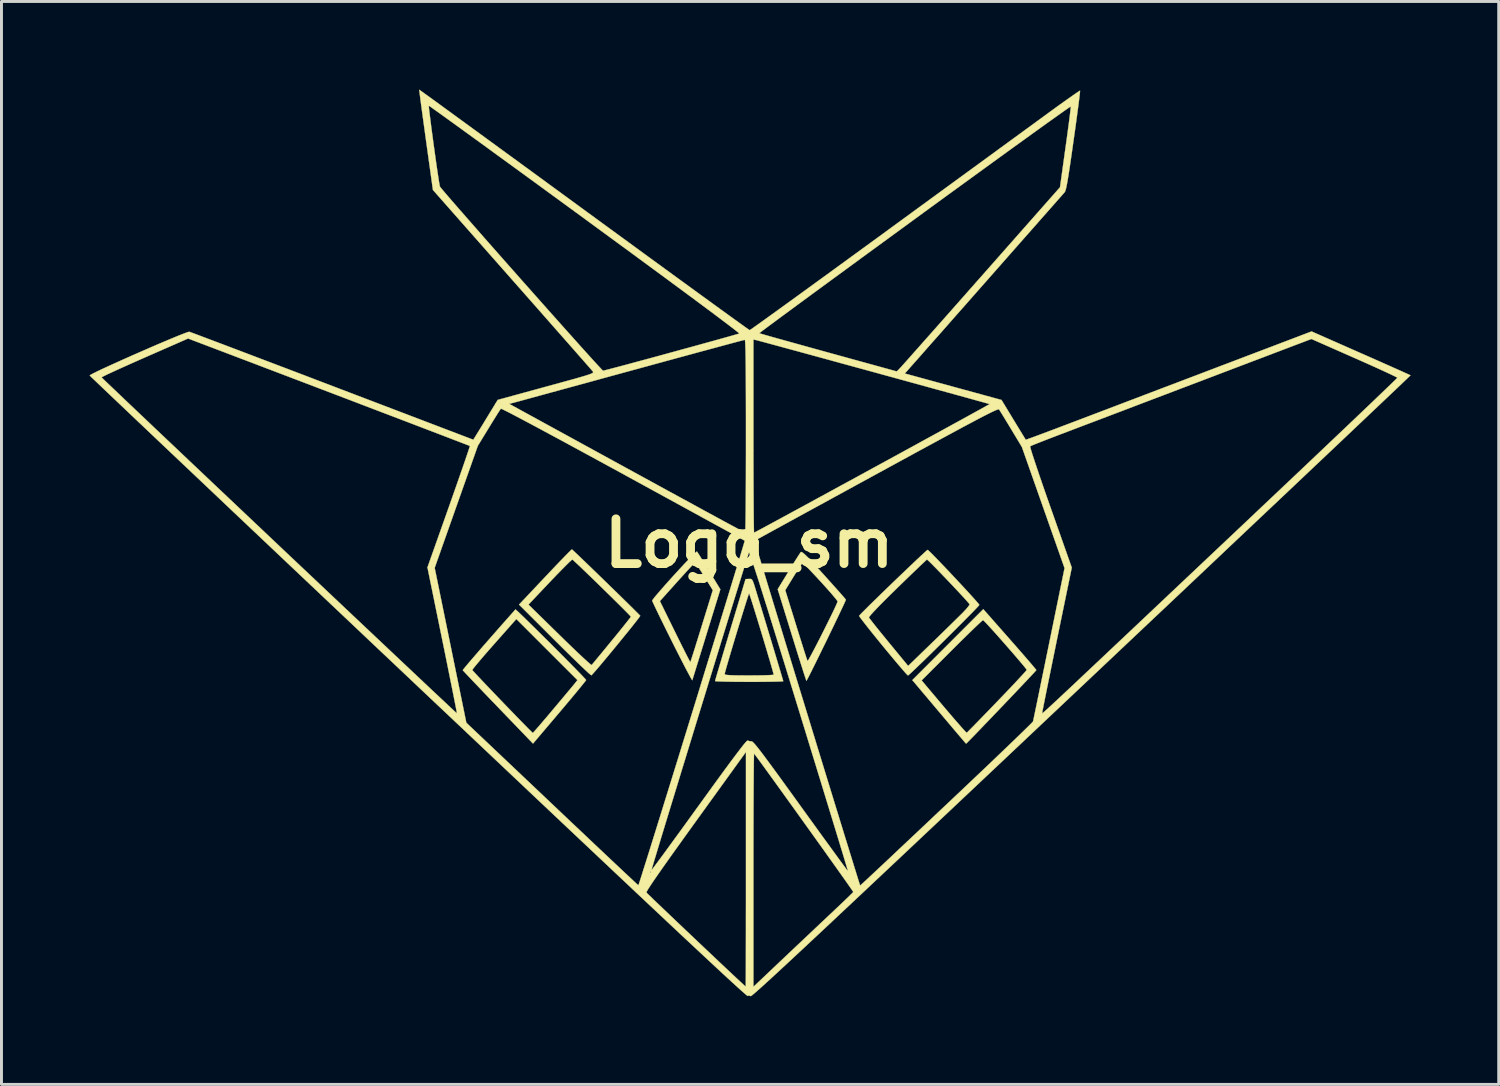
<source format=kicad_pcb>
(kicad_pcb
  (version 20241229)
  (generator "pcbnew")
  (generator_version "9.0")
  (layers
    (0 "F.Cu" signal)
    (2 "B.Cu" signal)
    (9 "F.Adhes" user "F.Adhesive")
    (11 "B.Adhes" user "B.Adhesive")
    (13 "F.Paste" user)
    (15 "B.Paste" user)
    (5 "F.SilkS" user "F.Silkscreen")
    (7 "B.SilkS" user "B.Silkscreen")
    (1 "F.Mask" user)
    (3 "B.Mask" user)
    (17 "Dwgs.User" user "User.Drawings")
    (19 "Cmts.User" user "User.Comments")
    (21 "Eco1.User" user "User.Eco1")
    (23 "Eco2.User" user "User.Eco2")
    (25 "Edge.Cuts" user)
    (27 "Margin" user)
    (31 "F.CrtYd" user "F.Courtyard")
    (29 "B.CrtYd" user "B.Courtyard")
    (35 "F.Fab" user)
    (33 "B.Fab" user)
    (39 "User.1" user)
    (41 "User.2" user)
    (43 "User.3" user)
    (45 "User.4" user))
  (footprint "Logo_sm"
    (layer "F.Cu")
    (at 22.461 15.452)
    (property "Reference" "Logo_sm" (at 0 0 0) (layer "F.SilkS") (effects (font (size 1.524 1.524) (thickness 0.3))))
    (attr through_hole)
    (fp_poly (pts (xy -1.752 0.317) (xy -1.693 0.408) (xy -1.61 0.542) (xy -1.507 0.708) (xy -1.391 0.897) (xy -1.365 0.938) (xy -0.981 1.568) (xy -1.453 3.097) (xy -1.551 3.417) (xy -1.644 3.716) (xy -1.727 3.986) (xy -1.8 4.221) (xy -1.859 4.413) (xy -1.903 4.556) (xy -1.93 4.641) (xy -1.937 4.663) (xy -1.955 4.639) (xy -2.002 4.557) (xy -2.074 4.423) (xy -2.169 4.244) (xy -2.282 4.025) (xy -2.41 3.775) (xy -2.55 3.498) (xy -2.625 3.348) (xy -2.77 3.057) (xy -2.905 2.785) (xy -3.025 2.54) (xy -3.128 2.328) (xy -3.21 2.156) (xy -3.268 2.032) (xy -3.296 1.967) (xy -3.04 1.967) (xy -2.527 3.011) (xy -2.402 3.264) (xy -2.288 3.494) (xy -2.187 3.694) (xy -2.105 3.856) (xy -2.044 3.972) (xy -2.01 4.036) (xy -2.003 4.045) (xy -1.99 4.009) (xy -1.958 3.912) (xy -1.91 3.762) (xy -1.848 3.565) (xy -1.775 3.331) (xy -1.693 3.068) (xy -1.615 2.816) (xy -1.238 1.596) (xy -1.531 1.123) (xy -1.633 0.96) (xy -1.723 0.823) (xy -1.794 0.722) (xy -1.839 0.667) (xy -1.849 0.661) (xy -1.88 0.69) (xy -1.952 0.765) (xy -2.058 0.879) (xy -2.192 1.025) (xy -2.346 1.195) (xy -2.458 1.319) (xy -3.04 1.967) (xy -3.296 1.967) (xy -3.298 1.963) (xy -3.302 1.951) (xy -3.278 1.911) (xy -3.214 1.827) (xy -3.114 1.709) (xy -2.987 1.562) (xy -2.84 1.395) (xy -2.68 1.216) (xy -2.514 1.033) (xy -2.349 0.854) (xy -2.192 0.685) (xy -2.05 0.536) (xy -1.931 0.414) (xy -1.842 0.327) (xy -1.789 0.282) (xy -1.778 0.278) (xy -1.752 0.317)) (stroke (width 0.01) (type solid)) (fill yes) (layer "F.SilkS"))
    (fp_poly (pts (xy -7.931 2.272) (xy -7.858 2.339) (xy -7.747 2.445) (xy -7.603 2.585) (xy -7.433 2.752) (xy -7.242 2.94) (xy -7.037 3.143) (xy -6.824 3.354) (xy -6.61 3.569) (xy -6.399 3.781) (xy -6.198 3.983) (xy -6.014 4.169) (xy -5.853 4.334) (xy -5.72 4.471) (xy -5.622 4.574) (xy -5.564 4.638) (xy -5.552 4.655) (xy -5.574 4.688) (xy -5.639 4.77) (xy -5.741 4.896) (xy -5.874 5.058) (xy -6.034 5.25) (xy -6.216 5.467) (xy -6.414 5.702) (xy -6.456 5.752) (xy -7.361 6.819) (xy -8.552 5.582) (xy -8.792 5.333) (xy -9.016 5.099) (xy -9.219 4.886) (xy -9.397 4.7) (xy -9.544 4.545) (xy -9.656 4.426) (xy -9.727 4.35) (xy -9.752 4.321) (xy -9.748 4.314) (xy -9.428 4.314) (xy -9.4 4.347) (xy -9.329 4.425) (xy -9.221 4.541) (xy -9.082 4.688) (xy -8.919 4.859) (xy -8.738 5.049) (xy -8.546 5.25) (xy -8.349 5.455) (xy -8.153 5.658) (xy -7.966 5.851) (xy -7.793 6.03) (xy -7.641 6.185) (xy -7.516 6.312) (xy -7.425 6.402) (xy -7.375 6.451) (xy -7.367 6.456) (xy -7.339 6.429) (xy -7.272 6.353) (xy -7.169 6.236) (xy -7.039 6.083) (xy -6.885 5.903) (xy -6.716 5.702) (xy -6.677 5.656) (xy -6.5 5.445) (xy -6.335 5.249) (xy -6.189 5.074) (xy -6.068 4.929) (xy -5.979 4.822) (xy -5.93 4.762) (xy -5.926 4.757) (xy -5.847 4.657) (xy -6.888 3.617) (xy -7.928 2.577) (xy -8.684 3.431) (xy -8.869 3.641) (xy -9.037 3.834) (xy -9.182 4.004) (xy -9.298 4.143) (xy -9.381 4.245) (xy -9.423 4.303) (xy -9.428 4.314) (xy -9.748 4.314) (xy -9.731 4.289) (xy -9.666 4.209) (xy -9.562 4.084) (xy -9.422 3.921) (xy -9.252 3.724) (xy -9.057 3.498) (xy -8.839 3.249) (xy -8.605 2.982) (xy -8.358 2.702) (xy -8.102 2.413) (xy -7.958 2.251) (xy -7.931 2.272)) (stroke (width 0.01) (type solid)) (fill yes) (layer "F.SilkS"))
    (fp_poly (pts (xy 1.819 0.313) (xy 1.88 0.364) (xy 1.968 0.448) (xy 2.086 0.571) (xy 2.242 0.738) (xy 2.437 0.953) (xy 2.543 1.07) (xy 2.728 1.276) (xy 2.897 1.464) (xy 3.044 1.629) (xy 3.162 1.763) (xy 3.245 1.859) (xy 3.289 1.912) (xy 3.294 1.918) (xy 3.28 1.955) (xy 3.239 2.048) (xy 3.173 2.189) (xy 3.087 2.371) (xy 2.985 2.584) (xy 2.872 2.821) (xy 2.75 3.073) (xy 2.624 3.333) (xy 2.497 3.591) (xy 2.375 3.84) (xy 2.261 4.072) (xy 2.159 4.278) (xy 2.073 4.45) (xy 2.006 4.58) (xy 1.964 4.659) (xy 1.95 4.681) (xy 1.937 4.647) (xy 1.905 4.551) (xy 1.855 4.4) (xy 1.792 4.2) (xy 1.715 3.958) (xy 1.628 3.682) (xy 1.534 3.377) (xy 1.454 3.122) (xy 0.982 1.595) (xy 1.229 1.595) (xy 1.598 2.784) (xy 1.685 3.065) (xy 1.767 3.325) (xy 1.839 3.554) (xy 1.9 3.746) (xy 1.947 3.891) (xy 1.978 3.981) (xy 1.988 4.008) (xy 2.008 3.984) (xy 2.054 3.905) (xy 2.123 3.779) (xy 2.21 3.615) (xy 2.309 3.424) (xy 2.417 3.214) (xy 2.528 2.994) (xy 2.638 2.774) (xy 2.742 2.564) (xy 2.836 2.372) (xy 2.914 2.208) (xy 2.972 2.081) (xy 3.005 2.001) (xy 3.012 1.979) (xy 2.988 1.939) (xy 2.924 1.858) (xy 2.827 1.743) (xy 2.705 1.603) (xy 2.566 1.448) (xy 2.419 1.286) (xy 2.272 1.127) (xy 2.132 0.978) (xy 2.009 0.849) (xy 1.909 0.749) (xy 1.842 0.687) (xy 1.815 0.671) (xy 1.786 0.707) (xy 1.727 0.794) (xy 1.646 0.92) (xy 1.55 1.073) (xy 1.507 1.142) (xy 1.229 1.595) (xy 0.982 1.595) (xy 0.972 1.563) (xy 1.344 0.954) (xy 1.461 0.763) (xy 1.567 0.592) (xy 1.657 0.451) (xy 1.722 0.35) (xy 1.757 0.299) (xy 1.759 0.297) (xy 1.78 0.293) (xy 1.819 0.313)) (stroke (width 0.01) (type solid)) (fill yes) (layer "F.SilkS"))
    (fp_poly (pts (xy 0.084 1.224) (xy 0.115 1.263) (xy 0.147 1.341) (xy 0.189 1.469) (xy 0.215 1.555) (xy 0.308 1.86) (xy 0.406 2.181) (xy 0.506 2.511) (xy 0.606 2.842) (xy 0.705 3.169) (xy 0.8 3.482) (xy 0.888 3.775) (xy 0.967 4.04) (xy 1.036 4.27) (xy 1.092 4.458) (xy 1.133 4.596) (xy 1.156 4.677) (xy 1.161 4.696) (xy 1.126 4.701) (xy 1.027 4.706) (xy 0.873 4.71) (xy 0.672 4.713) (xy 0.433 4.716) (xy 0.164 4.717) (xy 0 4.717) (xy -0.282 4.716) (xy -0.539 4.714) (xy -0.763 4.71) (xy -0.945 4.706) (xy -1.077 4.7) (xy -1.149 4.694) (xy -1.161 4.69) (xy -1.151 4.651) (xy -1.122 4.549) (xy -1.094 4.454) (xy -0.835 4.454) (xy -0.818 4.469) (xy -0.764 4.481) (xy -0.666 4.489) (xy -0.516 4.495) (xy -0.308 4.498) (xy -0.035 4.499) (xy 0 4.499) (xy 0.237 4.498) (xy 0.449 4.495) (xy 0.624 4.49) (xy 0.752 4.484) (xy 0.824 4.477) (xy 0.836 4.472) (xy 0.826 4.429) (xy 0.798 4.327) (xy 0.755 4.174) (xy 0.698 3.98) (xy 0.631 3.754) (xy 0.557 3.505) (xy 0.478 3.242) (xy 0.397 2.973) (xy 0.316 2.709) (xy 0.239 2.457) (xy 0.168 2.228) (xy 0.106 2.029) (xy 0.055 1.87) (xy 0.019 1.761) (xy 0.000082 1.709) (xy -0.002 1.706) (xy -0.016 1.739) (xy -0.048 1.833) (xy -0.095 1.978) (xy -0.154 2.166) (xy -0.223 2.387) (xy -0.299 2.633) (xy -0.379 2.894) (xy -0.46 3.161) (xy -0.54 3.426) (xy -0.615 3.679) (xy -0.684 3.911) (xy -0.743 4.113) (xy -0.79 4.276) (xy -0.821 4.392) (xy -0.835 4.45) (xy -0.835 4.454) (xy -1.094 4.454) (xy -1.075 4.391) (xy -1.014 4.184) (xy -0.94 3.935) (xy -0.855 3.649) (xy -0.761 3.335) (xy -0.66 2.998) (xy -0.642 2.94) (xy -0.123 1.218) (xy -0.007 1.212) (xy 0.046 1.211) (xy 0.084 1.224)) (stroke (width 0.01) (type solid)) (fill yes) (layer "F.SilkS"))
    (fp_poly (pts (xy 8.876 3.267) (xy 9.079 3.498) (xy 9.266 3.712) (xy 9.432 3.903) (xy 9.572 4.066) (xy 9.679 4.192) (xy 9.75 4.278) (xy 9.779 4.316) (xy 9.779 4.317) (xy 9.755 4.346) (xy 9.686 4.421) (xy 9.579 4.535) (xy 9.44 4.684) (xy 9.274 4.859) (xy 9.088 5.055) (xy 8.887 5.267) (xy 8.677 5.487) (xy 8.465 5.709) (xy 8.256 5.927) (xy 8.056 6.135) (xy 7.872 6.327) (xy 7.709 6.496) (xy 7.573 6.636) (xy 7.47 6.741) (xy 7.406 6.805) (xy 7.387 6.822) (xy 7.363 6.795) (xy 7.297 6.719) (xy 7.196 6.6) (xy 7.063 6.444) (xy 6.905 6.257) (xy 6.727 6.046) (xy 6.548 5.834) (xy 6.351 5.601) (xy 6.167 5.382) (xy 6.001 5.185) (xy 5.858 5.016) (xy 5.746 4.882) (xy 5.669 4.791) (xy 5.636 4.752) (xy 5.565 4.668) (xy 5.873 4.668) (xy 6.628 5.564) (xy 6.812 5.78) (xy 6.981 5.977) (xy 7.13 6.148) (xy 7.252 6.287) (xy 7.343 6.387) (xy 7.397 6.442) (xy 7.409 6.45) (xy 7.439 6.423) (xy 7.513 6.348) (xy 7.627 6.233) (xy 7.775 6.082) (xy 7.95 5.901) (xy 8.149 5.696) (xy 8.365 5.472) (xy 8.443 5.391) (xy 8.663 5.162) (xy 8.867 4.948) (xy 9.049 4.756) (xy 9.203 4.59) (xy 9.325 4.458) (xy 9.409 4.365) (xy 9.449 4.316) (xy 9.452 4.31) (xy 9.429 4.274) (xy 9.365 4.193) (xy 9.266 4.074) (xy 9.14 3.926) (xy 8.995 3.756) (xy 8.836 3.574) (xy 8.672 3.387) (xy 8.51 3.203) (xy 8.356 3.03) (xy 8.218 2.878) (xy 8.103 2.753) (xy 8.018 2.664) (xy 7.971 2.619) (xy 7.964 2.615) (xy 7.932 2.64) (xy 7.853 2.71) (xy 7.735 2.821) (xy 7.583 2.967) (xy 7.403 3.143) (xy 7.199 3.343) (xy 6.978 3.563) (xy 6.901 3.64) (xy 5.873 4.668) (xy 5.565 4.668) (xy 5.556 4.658) (xy 6.765 3.45) (xy 7.973 2.242) (xy 8.876 3.267)) (stroke (width 0.01) (type solid)) (fill yes) (layer "F.SilkS"))
    (fp_poly (pts (xy -6.007 0.23) (xy -5.932 0.301) (xy -5.817 0.409) (xy -5.671 0.55) (xy -5.498 0.716) (xy -5.306 0.902) (xy -5.1 1.101) (xy -4.887 1.308) (xy -4.674 1.515) (xy -4.467 1.717) (xy -4.273 1.907) (xy -4.097 2.08) (xy -3.946 2.228) (xy -3.828 2.346) (xy -3.747 2.427) (xy -3.711 2.465) (xy -3.709 2.467) (xy -3.729 2.5) (xy -3.789 2.581) (xy -3.883 2.701) (xy -4.005 2.855) (xy -4.148 3.033) (xy -4.307 3.228) (xy -4.474 3.433) (xy -4.644 3.639) (xy -4.81 3.84) (xy -4.966 4.027) (xy -5.105 4.193) (xy -5.222 4.329) (xy -5.31 4.429) (xy -5.362 4.485) (xy -5.373 4.494) (xy -5.405 4.472) (xy -5.484 4.403) (xy -5.603 4.293) (xy -5.758 4.146) (xy -5.943 3.967) (xy -6.154 3.761) (xy -6.384 3.534) (xy -6.623 3.297) (xy -7.836 2.086) (xy -7.515 2.086) (xy -6.452 3.128) (xy -6.223 3.352) (xy -6.009 3.558) (xy -5.817 3.742) (xy -5.651 3.897) (xy -5.518 4.019) (xy -5.423 4.102) (xy -5.372 4.142) (xy -5.365 4.144) (xy -5.336 4.111) (xy -5.267 4.028) (xy -5.165 3.904) (xy -5.034 3.746) (xy -4.882 3.561) (xy -4.715 3.357) (xy -4.684 3.32) (xy -4.515 3.114) (xy -4.363 2.926) (xy -4.232 2.763) (xy -4.129 2.633) (xy -4.059 2.543) (xy -4.029 2.5) (xy -4.028 2.498) (xy -4.053 2.468) (xy -4.123 2.395) (xy -4.232 2.284) (xy -4.372 2.144) (xy -4.537 1.981) (xy -4.72 1.801) (xy -4.914 1.611) (xy -5.111 1.418) (xy -5.305 1.229) (xy -5.49 1.051) (xy -5.658 0.889) (xy -5.801 0.752) (xy -5.915 0.646) (xy -5.99 0.576) (xy -6.021 0.552) (xy -6.053 0.574) (xy -6.128 0.643) (xy -6.239 0.753) (xy -6.381 0.896) (xy -6.547 1.066) (xy -6.73 1.257) (xy -6.784 1.314) (xy -7.515 2.086) (xy -7.836 2.086) (xy -6.946 1.143) (xy -6.741 0.926) (xy -6.551 0.726) (xy -6.382 0.551) (xy -6.241 0.405) (xy -6.132 0.295) (xy -6.062 0.226) (xy -6.036 0.205) (xy -6.007 0.23)) (stroke (width 0.01) (type solid)) (fill yes) (layer "F.SilkS"))
    (fp_poly (pts (xy 6.111 0.248) (xy 6.186 0.32) (xy 6.296 0.431) (xy 6.435 0.574) (xy 6.594 0.74) (xy 6.768 0.923) (xy 6.949 1.115) (xy 7.13 1.309) (xy 7.305 1.497) (xy 7.466 1.671) (xy 7.606 1.826) (xy 7.72 1.952) (xy 7.798 2.043) (xy 7.836 2.091) (xy 7.838 2.096) (xy 7.813 2.129) (xy 7.742 2.206) (xy 7.631 2.321) (xy 7.487 2.468) (xy 7.316 2.641) (xy 7.124 2.833) (xy 6.918 3.039) (xy 6.702 3.253) (xy 6.485 3.468) (xy 6.271 3.678) (xy 6.068 3.877) (xy 5.881 4.059) (xy 5.716 4.218) (xy 5.581 4.346) (xy 5.48 4.44) (xy 5.421 4.491) (xy 5.408 4.499) (xy 5.378 4.472) (xy 5.307 4.395) (xy 5.202 4.274) (xy 5.067 4.116) (xy 4.908 3.927) (xy 4.73 3.713) (xy 4.553 3.499) (xy 4.364 3.267) (xy 4.191 3.053) (xy 4.039 2.862) (xy 3.914 2.702) (xy 3.819 2.579) (xy 3.78 2.525) (xy 4.078 2.525) (xy 4.105 2.564) (xy 4.173 2.652) (xy 4.274 2.781) (xy 4.404 2.943) (xy 4.556 3.13) (xy 4.724 3.336) (xy 4.755 3.374) (xy 5.414 4.175) (xy 6.236 3.378) (xy 6.451 3.17) (xy 6.66 2.966) (xy 6.855 2.775) (xy 7.027 2.606) (xy 7.168 2.468) (xy 7.267 2.369) (xy 7.289 2.347) (xy 7.389 2.24) (xy 7.464 2.15) (xy 7.504 2.091) (xy 7.506 2.077) (xy 7.477 2.037) (xy 7.406 1.956) (xy 7.301 1.839) (xy 7.169 1.697) (xy 7.018 1.536) (xy 6.857 1.365) (xy 6.691 1.191) (xy 6.53 1.023) (xy 6.381 0.869) (xy 6.251 0.737) (xy 6.148 0.635) (xy 6.08 0.571) (xy 6.055 0.552) (xy 6.023 0.579) (xy 5.945 0.651) (xy 5.828 0.762) (xy 5.676 0.908) (xy 5.495 1.081) (xy 5.292 1.278) (xy 5.072 1.491) (xy 5.043 1.52) (xy 4.796 1.762) (xy 4.579 1.978) (xy 4.396 2.164) (xy 4.251 2.316) (xy 4.147 2.43) (xy 4.089 2.502) (xy 4.078 2.525) (xy 3.78 2.525) (xy 3.761 2.499) (xy 3.744 2.469) (xy 3.774 2.435) (xy 3.848 2.357) (xy 3.963 2.243) (xy 4.109 2.097) (xy 4.283 1.927) (xy 4.476 1.739) (xy 4.682 1.539) (xy 4.895 1.333) (xy 5.109 1.128) (xy 5.317 0.929) (xy 5.512 0.743) (xy 5.689 0.575) (xy 5.84 0.434) (xy 5.959 0.323) (xy 6.04 0.251) (xy 6.077 0.222) (xy 6.078 0.222) (xy 6.111 0.248)) (stroke (width 0.01) (type solid)) (fill yes) (layer "F.SilkS"))
    (fp_poly (pts (xy -11.205 -15.427) (xy -11.12 -15.366) (xy -10.982 -15.266) (xy -10.793 -15.13) (xy -10.558 -14.959) (xy -10.278 -14.755) (xy -9.957 -14.521) (xy -9.597 -14.259) (xy -9.201 -13.97) (xy -8.772 -13.657) (xy -8.313 -13.322) (xy -7.826 -12.967) (xy -7.315 -12.594) (xy -6.783 -12.205) (xy -6.231 -11.802) (xy -5.664 -11.387) (xy -5.623 -11.357) (xy -5.054 -10.941) (xy -4.5 -10.537) (xy -3.965 -10.147) (xy -3.452 -9.772) (xy -2.962 -9.415) (xy -2.499 -9.078) (xy -2.066 -8.763) (xy -1.666 -8.472) (xy -1.301 -8.207) (xy -0.975 -7.97) (xy -0.69 -7.764) (xy -0.449 -7.59) (xy -0.254 -7.45) (xy -0.11 -7.347) (xy -0.018 -7.283) (xy 0.018 -7.259) (xy 0.018 -7.259) (xy 0.051 -7.28) (xy 0.139 -7.341) (xy 0.28 -7.441) (xy 0.47 -7.577) (xy 0.705 -7.746) (xy 0.984 -7.947) (xy 1.302 -8.177) (xy 1.657 -8.434) (xy 2.045 -8.716) (xy 2.463 -9.019) (xy 2.908 -9.343) (xy 3.377 -9.685) (xy 3.867 -10.041) (xy 4.375 -10.411) (xy 4.681 -10.635) (xy 5.215 -11.025) (xy 5.745 -11.412) (xy 6.266 -11.792) (xy 6.774 -12.163) (xy 7.265 -12.521) (xy 7.735 -12.864) (xy 8.18 -13.188) (xy 8.595 -13.492) (xy 8.978 -13.771) (xy 9.323 -14.023) (xy 9.627 -14.244) (xy 9.885 -14.433) (xy 10.094 -14.585) (xy 10.249 -14.699) (xy 10.28 -14.721) (xy 10.512 -14.89) (xy 10.726 -15.043) (xy 10.914 -15.176) (xy 11.069 -15.285) (xy 11.184 -15.363) (xy 11.252 -15.407) (xy 11.268 -15.414) (xy 11.266 -15.376) (xy 11.255 -15.273) (xy 11.236 -15.113) (xy 11.209 -14.902) (xy 11.175 -14.648) (xy 11.136 -14.357) (xy 11.092 -14.038) (xy 11.046 -13.714) (xy 10.988 -13.303) (xy 10.938 -12.959) (xy 10.895 -12.675) (xy 10.859 -12.448) (xy 10.829 -12.271) (xy 10.803 -12.138) (xy 10.781 -12.045) (xy 10.761 -11.986) (xy 10.744 -11.956) (xy 10.712 -11.92) (xy 10.635 -11.832) (xy 10.516 -11.698) (xy 10.359 -11.519) (xy 10.167 -11.301) (xy 9.942 -11.047) (xy 9.689 -10.759) (xy 9.41 -10.443) (xy 9.109 -10.101) (xy 8.788 -9.737) (xy 8.451 -9.354) (xy 8.101 -8.957) (xy 8.074 -8.926) (xy 7.722 -8.528) (xy 7.384 -8.143) (xy 7.06 -7.777) (xy 6.756 -7.431) (xy 6.474 -7.111) (xy 6.216 -6.82) (xy 5.988 -6.561) (xy 5.791 -6.337) (xy 5.628 -6.154) (xy 5.504 -6.013) (xy 5.422 -5.92) (xy 5.384 -5.877) (xy 5.383 -5.876) (xy 5.298 -5.784) (xy 6.946 -5.333) (xy 8.594 -4.882) (xy 9.002 -4.21) (xy 9.122 -4.012) (xy 9.229 -3.837) (xy 9.317 -3.693) (xy 9.381 -3.588) (xy 9.414 -3.533) (xy 9.418 -3.527) (xy 9.452 -3.538) (xy 9.548 -3.572) (xy 9.7 -3.627) (xy 9.901 -3.702) (xy 10.145 -3.793) (xy 10.427 -3.899) (xy 10.74 -4.018) (xy 11.079 -4.146) (xy 11.326 -4.24) (xy 11.749 -4.401) (xy 12.208 -4.575) (xy 12.688 -4.758) (xy 13.175 -4.943) (xy 13.652 -5.125) (xy 14.104 -5.297) (xy 14.517 -5.453) (xy 14.823 -5.57) (xy 15.214 -5.718) (xy 15.641 -5.881) (xy 16.087 -6.051) (xy 16.537 -6.221) (xy 16.971 -6.387) (xy 17.375 -6.54) (xy 17.73 -6.675) (xy 17.786 -6.696) (xy 19.152 -7.216) (xy 20.83 -6.475) (xy 21.158 -6.331) (xy 21.464 -6.195) (xy 21.744 -6.071) (xy 21.99 -5.961) (xy 22.197 -5.869) (xy 22.358 -5.796) (xy 22.467 -5.747) (xy 22.518 -5.723) (xy 22.52 -5.722) (xy 22.495 -5.696) (xy 22.419 -5.623) (xy 22.293 -5.503) (xy 22.12 -5.337) (xy 21.9 -5.129) (xy 21.637 -4.879) (xy 21.331 -4.589) (xy 20.984 -4.26) (xy 20.598 -3.894) (xy 20.175 -3.493) (xy 19.716 -3.059) (xy 19.223 -2.593) (xy 18.698 -2.096) (xy 18.142 -1.57) (xy 17.557 -1.018) (xy 16.945 -0.44) (xy 16.308 0.162) (xy 15.648 0.787) (xy 14.965 1.432) (xy 14.262 2.096) (xy 13.54 2.777) (xy 12.802 3.474) (xy 12.048 4.186) (xy 11.317 4.876) (xy 10.375 5.765) (xy 9.485 6.605) (xy 8.645 7.398) (xy 7.853 8.144) (xy 7.109 8.846) (xy 6.411 9.504) (xy 5.757 10.12) (xy 5.148 10.694) (xy 4.58 11.228) (xy 4.053 11.724) (xy 3.566 12.182) (xy 3.117 12.603) (xy 2.705 12.99) (xy 2.328 13.343) (xy 1.986 13.663) (xy 1.676 13.952) (xy 1.399 14.21) (xy 1.151 14.44) (xy 0.933 14.642) (xy 0.742 14.818) (xy 0.577 14.968) (xy 0.438 15.095) (xy 0.322 15.198) (xy 0.229 15.281) (xy 0.157 15.342) (xy 0.104 15.385) (xy 0.07 15.411) (xy 0.053 15.419) (xy 0.051 15.419) (xy -0.012 15.396) (xy -0.046 15.414) (xy -0.063 15.406) (xy -0.105 15.372) (xy -0.175 15.312) (xy -0.273 15.226) (xy -0.4 15.111) (xy -0.557 14.968) (xy -0.746 14.794) (xy -0.968 14.589) (xy -1.222 14.353) (xy -1.512 14.083) (xy -1.837 13.779) (xy -2.2 13.44) (xy -2.6 13.065) (xy -3.039 12.652) (xy -3.518 12.202) (xy -3.849 11.891) (xy -3.498 11.891) (xy -3.497 11.892) (xy -3.467 11.923) (xy -3.39 11.998) (xy -3.272 12.113) (xy -3.117 12.261) (xy -2.932 12.438) (xy -2.721 12.639) (xy -2.49 12.859) (xy -2.245 13.092) (xy -1.99 13.334) (xy -1.732 13.579) (xy -1.475 13.822) (xy -1.225 14.058) (xy -0.988 14.283) (xy -0.768 14.49) (xy -0.571 14.675) (xy -0.403 14.832) (xy -0.269 14.957) (xy -0.174 15.045) (xy -0.124 15.09) (xy -0.118 15.095) (xy -0.117 15.059) (xy -0.116 14.956) (xy -0.114 14.789) (xy -0.113 14.564) (xy -0.112 14.284) (xy -0.112 13.955) (xy -0.111 13.582) (xy -0.11 13.168) (xy -0.11 12.718) (xy -0.109 12.238) (xy -0.109 11.731) (xy -0.109 11.203) (xy -0.109 11.118) (xy 0.145 11.118) (xy 0.145 15.101) (xy 1.061 14.233) (xy 1.324 13.984) (xy 1.613 13.711) (xy 1.912 13.429) (xy 2.206 13.151) (xy 2.481 12.891) (xy 2.721 12.665) (xy 2.758 12.631) (xy 2.955 12.444) (xy 3.135 12.274) (xy 3.29 12.125) (xy 3.415 12.005) (xy 3.501 11.92) (xy 3.543 11.876) (xy 3.546 11.872) (xy 3.526 11.841) (xy 3.468 11.756) (xy 3.375 11.623) (xy 3.252 11.448) (xy 3.101 11.235) (xy 2.927 10.99) (xy 2.734 10.719) (xy 2.526 10.427) (xy 2.306 10.12) (xy 2.078 9.802) (xy 1.847 9.479) (xy 1.616 9.157) (xy 1.389 8.841) (xy 1.17 8.537) (xy 0.963 8.249) (xy 0.771 7.983) (xy 0.599 7.745) (xy 0.45 7.54) (xy 0.329 7.374) (xy 0.238 7.251) (xy 0.183 7.178) (xy 0.168 7.159) (xy 0.165 7.191) (xy 0.162 7.292) (xy 0.159 7.456) (xy 0.157 7.678) (xy 0.154 7.955) (xy 0.152 8.281) (xy 0.15 8.652) (xy 0.148 9.064) (xy 0.147 9.511) (xy 0.146 9.99) (xy 0.145 10.495) (xy 0.145 11.022) (xy 0.145 11.118) (xy -0.109 11.118) (xy -0.109 11.1) (xy -0.109 7.104) (xy -1.819 9.473) (xy -2.159 9.945) (xy -2.457 10.361) (xy -2.715 10.722) (xy -2.933 11.031) (xy -3.114 11.289) (xy -3.258 11.498) (xy -3.367 11.661) (xy -3.443 11.78) (xy -3.486 11.855) (xy -3.498 11.891) (xy -3.849 11.891) (xy -4.038 11.712) (xy -4.601 11.182) (xy -5.207 10.61) (xy -5.858 9.997) (xy -6.554 9.34) (xy -7.297 8.639) (xy -8.087 7.892) (xy -8.926 7.099) (xy -9.815 6.259) (xy -10.756 5.37) (xy -11.267 4.887) (xy -12.032 4.163) (xy -12.784 3.453) (xy -13.52 2.756) (xy -14.24 2.075) (xy -14.941 1.412) (xy -15.622 0.768) (xy -16.281 0.144) (xy -16.916 -0.457) (xy -17.526 -1.034) (xy -18.108 -1.586) (xy -18.662 -2.111) (xy -19.186 -2.607) (xy -19.677 -3.072) (xy -20.134 -3.505) (xy -20.555 -3.905) (xy -20.939 -4.269) (xy -21.283 -4.596) (xy -21.587 -4.885) (xy -21.849 -5.133) (xy -22.066 -5.34) (xy -22.236 -5.503) (xy -22.36 -5.621) (xy -22.392 -5.652) (xy -22.052 -5.652) (xy -22.025 -5.625) (xy -21.948 -5.55) (xy -21.825 -5.432) (xy -21.657 -5.272) (xy -21.448 -5.073) (xy -21.201 -4.837) (xy -20.917 -4.568) (xy -20.601 -4.268) (xy -20.256 -3.94) (xy -19.883 -3.586) (xy -19.485 -3.21) (xy -19.067 -2.813) (xy -18.629 -2.399) (xy -18.176 -1.97) (xy -17.71 -1.529) (xy -17.234 -1.079) (xy -16.751 -0.622) (xy -16.264 -0.161) (xy -15.775 0.302) (xy -15.287 0.763) (xy -14.803 1.22) (xy -14.327 1.67) (xy -13.86 2.111) (xy -13.406 2.54) (xy -12.967 2.954) (xy -12.547 3.35) (xy -12.148 3.727) (xy -11.773 4.08) (xy -11.425 4.408) (xy -11.107 4.708) (xy -10.822 4.977) (xy -10.571 5.212) (xy -10.359 5.411) (xy -10.189 5.571) (xy -10.062 5.689) (xy -9.982 5.763) (xy -9.951 5.79) (xy -9.951 5.79) (xy -9.956 5.754) (xy -9.975 5.652) (xy -10.007 5.491) (xy -10.049 5.276) (xy -10.101 5.013) (xy -10.163 4.707) (xy -10.232 4.364) (xy -10.307 3.991) (xy -10.388 3.592) (xy -10.448 3.3) (xy -10.952 0.835) (xy -10.709 0.835) (xy -10.17 3.472) (xy -9.631 6.109) (xy -6.712 8.875) (xy -6.324 9.243) (xy -5.951 9.596) (xy -5.596 9.931) (xy -5.263 10.247) (xy -4.954 10.538) (xy -4.674 10.802) (xy -4.425 11.036) (xy -4.212 11.237) (xy -4.036 11.401) (xy -3.903 11.526) (xy -3.815 11.608) (xy -3.775 11.644) (xy -3.773 11.645) (xy -3.76 11.611) (xy -3.727 11.512) (xy -3.675 11.35) (xy -3.626 11.194) (xy -3.375 11.194) (xy -3.356 11.212) (xy -3.338 11.194) (xy -3.356 11.176) (xy -3.375 11.194) (xy -3.626 11.194) (xy -3.606 11.129) (xy -3.605 11.127) (xy -3.326 11.127) (xy -3.303 11.101) (xy -3.241 11.02) (xy -3.144 10.889) (xy -3.013 10.713) (xy -2.854 10.496) (xy -2.669 10.242) (xy -2.461 9.957) (xy -2.233 9.644) (xy -1.99 9.308) (xy -1.734 8.953) (xy -1.703 8.911) (xy -1.375 8.457) (xy -1.087 8.06) (xy -0.838 7.719) (xy -0.626 7.431) (xy -0.449 7.195) (xy -0.307 7.008) (xy -0.198 6.868) (xy -0.12 6.775) (xy -0.071 6.725) (xy -0.052 6.715) (xy 0.016 6.739) (xy 0.072 6.74) (xy 0.092 6.745) (xy 0.122 6.766) (xy 0.164 6.807) (xy 0.221 6.871) (xy 0.296 6.963) (xy 0.391 7.085) (xy 0.51 7.242) (xy 0.655 7.437) (xy 0.829 7.674) (xy 1.036 7.957) (xy 1.276 8.289) (xy 1.555 8.674) (xy 1.754 8.951) (xy 2.011 9.307) (xy 2.255 9.644) (xy 2.483 9.96) (xy 2.693 10.248) (xy 2.88 10.505) (xy 3.041 10.727) (xy 3.173 10.907) (xy 3.273 11.043) (xy 3.338 11.13) (xy 3.364 11.162) (xy 3.364 11.162) (xy 3.355 11.127) (xy 3.325 11.026) (xy 3.276 10.864) (xy 3.21 10.643) (xy 3.126 10.367) (xy 3.027 10.041) (xy 2.913 9.668) (xy 2.786 9.251) (xy 2.646 8.795) (xy 2.496 8.302) (xy 2.335 7.778) (xy 2.165 7.225) (xy 1.988 6.647) (xy 1.804 6.047) (xy 1.697 5.699) (xy 1.449 4.893) (xy 1.222 4.155) (xy 1.014 3.485) (xy 0.827 2.882) (xy 0.66 2.345) (xy 0.511 1.873) (xy 0.383 1.465) (xy 0.273 1.12) (xy 0.181 0.837) (xy 0.108 0.617) (xy 0.053 0.456) (xy 0.016 0.356) (xy -0.004 0.314) (xy -0.007 0.314) (xy -0.024 0.362) (xy -0.06 0.475) (xy -0.114 0.647) (xy -0.185 0.874) (xy -0.271 1.151) (xy -0.371 1.474) (xy -0.484 1.838) (xy -0.608 2.238) (xy -0.741 2.671) (xy -0.883 3.131) (xy -1.032 3.614) (xy -1.186 4.116) (xy -1.345 4.632) (xy -1.506 5.157) (xy -1.669 5.686) (xy -1.832 6.216) (xy -1.993 6.742) (xy -2.151 7.259) (xy -2.306 7.763) (xy -2.454 8.249) (xy -2.596 8.712) (xy -2.729 9.148) (xy -2.853 9.553) (xy -2.965 9.922) (xy -3.065 10.25) (xy -3.15 10.533) (xy -3.221 10.766) (xy -3.274 10.946) (xy -3.31 11.066) (xy -3.326 11.123) (xy -3.326 11.127) (xy -3.605 11.127) (xy -3.519 10.854) (xy -3.416 10.527) (xy -3.299 10.152) (xy -3.168 9.732) (xy -3.025 9.272) (xy -2.871 8.775) (xy -2.706 8.243) (xy -2.532 7.682) (xy -2.35 7.094) (xy -2.162 6.484) (xy -1.967 5.853) (xy -1.946 5.785) (xy -1.751 5.153) (xy -1.563 4.539) (xy -1.381 3.948) (xy -1.207 3.384) (xy -1.043 2.848) (xy -0.889 2.346) (xy -0.747 1.881) (xy -0.617 1.456) (xy -0.501 1.075) (xy -0.399 0.741) (xy -0.313 0.459) (xy -0.245 0.231) (xy -0.194 0.061) (xy -0.162 -0.046) (xy -0.151 -0.087) (xy 0.185 -0.087) (xy 0.194 -0.052) (xy 0.224 0.048) (xy 0.272 0.209) (xy 0.337 0.426) (xy 0.418 0.695) (xy 0.515 1.013) (xy 0.624 1.374) (xy 0.746 1.774) (xy 0.878 2.208) (xy 1.02 2.674) (xy 1.17 3.166) (xy 1.327 3.68) (xy 1.489 4.211) (xy 1.656 4.756) (xy 1.826 5.31) (xy 1.997 5.868) (xy 2.168 6.427) (xy 2.338 6.983) (xy 2.506 7.53) (xy 2.67 8.064) (xy 2.829 8.582) (xy 2.982 9.079) (xy 3.127 9.55) (xy 3.263 9.992) (xy 3.389 10.399) (xy 3.503 10.768) (xy 3.604 11.095) (xy 3.672 11.314) (xy 3.778 11.652) (xy 3.908 11.537) (xy 3.952 11.497) (xy 4.045 11.41) (xy 4.184 11.28) (xy 4.364 11.111) (xy 4.583 10.906) (xy 4.836 10.668) (xy 5.119 10.4) (xy 5.431 10.107) (xy 5.766 9.792) (xy 6.12 9.457) (xy 6.491 9.107) (xy 6.844 8.774) (xy 7.225 8.414) (xy 7.591 8.067) (xy 7.938 7.738) (xy 8.264 7.428) (xy 8.564 7.141) (xy 8.835 6.881) (xy 9.075 6.651) (xy 9.278 6.454) (xy 9.443 6.293) (xy 9.565 6.173) (xy 9.64 6.096) (xy 9.667 6.065) (xy 9.677 6.021) (xy 9.7 5.911) (xy 9.735 5.741) (xy 9.782 5.518) (xy 9.838 5.246) (xy 9.902 4.933) (xy 9.974 4.582) (xy 10.053 4.201) (xy 10.136 3.795) (xy 10.212 3.425) (xy 10.74 0.844) (xy 10.013 -1.22) (xy 9.286 -3.284) (xy 9.274 -3.303) (xy 9.568 -3.303) (xy 9.574 -3.265) (xy 9.603 -3.164) (xy 9.652 -3.007) (xy 9.72 -2.8) (xy 9.804 -2.548) (xy 9.902 -2.258) (xy 10.013 -1.936) (xy 10.134 -1.588) (xy 10.262 -1.224) (xy 10.986 0.827) (xy 10.483 3.271) (xy 10.399 3.682) (xy 10.319 4.073) (xy 10.245 4.438) (xy 10.177 4.77) (xy 10.117 5.065) (xy 10.067 5.316) (xy 10.027 5.516) (xy 9.998 5.662) (xy 9.983 5.745) (xy 9.98 5.763) (xy 9.978 5.771) (xy 9.976 5.778) (xy 9.974 5.785) (xy 9.975 5.789) (xy 9.98 5.788) (xy 9.992 5.78) (xy 10.012 5.764) (xy 10.043 5.739) (xy 10.086 5.701) (xy 10.144 5.649) (xy 10.217 5.582) (xy 10.309 5.497) (xy 10.421 5.393) (xy 10.555 5.268) (xy 10.713 5.12) (xy 10.897 4.948) (xy 11.109 4.749) (xy 11.35 4.521) (xy 11.623 4.264) (xy 11.93 3.975) (xy 12.272 3.652) (xy 12.652 3.294) (xy 13.072 2.898) (xy 13.533 2.463) (xy 14.037 1.987) (xy 14.586 1.468) (xy 15.183 0.905) (xy 15.829 0.295) (xy 16.437 -0.279) (xy 16.979 -0.791) (xy 17.506 -1.29) (xy 18.017 -1.773) (xy 18.509 -2.238) (xy 18.98 -2.684) (xy 19.426 -3.107) (xy 19.846 -3.506) (xy 20.238 -3.878) (xy 20.599 -4.221) (xy 20.925 -4.532) (xy 21.217 -4.81) (xy 21.469 -5.052) (xy 21.681 -5.255) (xy 21.85 -5.418) (xy 21.973 -5.537) (xy 22.048 -5.612) (xy 22.073 -5.639) (xy 22.039 -5.66) (xy 21.946 -5.707) (xy 21.8 -5.776) (xy 21.607 -5.866) (xy 21.375 -5.972) (xy 21.111 -6.091) (xy 20.82 -6.221) (xy 20.607 -6.315) (xy 19.147 -6.959) (xy 18.926 -6.876) (xy 18.862 -6.851) (xy 18.735 -6.803) (xy 18.549 -6.733) (xy 18.311 -6.642) (xy 18.024 -6.533) (xy 17.693 -6.407) (xy 17.324 -6.267) (xy 16.921 -6.114) (xy 16.489 -5.95) (xy 16.032 -5.776) (xy 15.557 -5.595) (xy 15.204 -5.461) (xy 14.695 -5.268) (xy 14.188 -5.075) (xy 13.687 -4.885) (xy 13.201 -4.7) (xy 12.734 -4.522) (xy 12.294 -4.355) (xy 11.887 -4.2) (xy 11.519 -4.061) (xy 11.197 -3.939) (xy 10.928 -3.836) (xy 10.717 -3.756) (xy 10.65 -3.731) (xy 10.389 -3.631) (xy 10.149 -3.539) (xy 9.94 -3.457) (xy 9.769 -3.39) (xy 9.645 -3.339) (xy 9.578 -3.309) (xy 9.568 -3.303) (xy 9.274 -3.303) (xy 8.918 -3.894) (xy 8.802 -4.086) (xy 8.697 -4.259) (xy 8.609 -4.402) (xy 8.545 -4.505) (xy 8.511 -4.558) (xy 8.509 -4.56) (xy 8.496 -4.564) (xy 8.467 -4.558) (xy 8.419 -4.541) (xy 8.35 -4.511) (xy 8.255 -4.467) (xy 8.132 -4.406) (xy 7.978 -4.328) (xy 7.79 -4.23) (xy 7.565 -4.11) (xy 7.299 -3.969) (xy 6.99 -3.802) (xy 6.635 -3.61) (xy 6.229 -3.39) (xy 5.771 -3.142) (xy 5.258 -2.862) (xy 4.686 -2.55) (xy 4.334 -2.358) (xy 3.826 -2.081) (xy 3.336 -1.813) (xy 2.867 -1.557) (xy 2.424 -1.314) (xy 2.009 -1.088) (xy 1.627 -0.879) (xy 1.282 -0.69) (xy 0.977 -0.523) (xy 0.716 -0.38) (xy 0.503 -0.263) (xy 0.341 -0.174) (xy 0.235 -0.115) (xy 0.187 -0.089) (xy 0.185 -0.087) (xy -0.151 -0.087) (xy -0.151 -0.089) (xy -0.151 -0.089) (xy -0.184 -0.108) (xy -0.276 -0.159) (xy -0.425 -0.241) (xy -0.626 -0.352) (xy -0.876 -0.489) (xy -1.171 -0.65) (xy -1.507 -0.834) (xy -1.88 -1.039) (xy -2.287 -1.262) (xy -2.724 -1.501) (xy -3.187 -1.754) (xy -3.672 -2.02) (xy -4.176 -2.295) (xy -4.293 -2.36) (xy -4.843 -2.66) (xy -5.367 -2.945) (xy -5.86 -3.213) (xy -6.32 -3.463) (xy -6.744 -3.691) (xy -7.128 -3.898) (xy -7.47 -4.081) (xy -7.766 -4.238) (xy -8.013 -4.368) (xy -8.209 -4.47) (xy -8.35 -4.54) (xy -8.432 -4.579) (xy -8.454 -4.586) (xy -8.482 -4.546) (xy -8.542 -4.455) (xy -8.626 -4.321) (xy -8.729 -4.155) (xy -8.845 -3.967) (xy -8.863 -3.937) (xy -9.24 -3.32) (xy -9.975 -1.242) (xy -10.709 0.835) (xy -10.952 0.835) (xy -10.955 0.819) (xy -10.225 -1.242) (xy -10.095 -1.611) (xy -9.973 -1.959) (xy -9.861 -2.28) (xy -9.76 -2.569) (xy -9.674 -2.819) (xy -9.604 -3.025) (xy -9.552 -3.18) (xy -9.52 -3.279) (xy -9.51 -3.316) (xy -9.511 -3.316) (xy -9.545 -3.33) (xy -9.643 -3.368) (xy -9.8 -3.428) (xy -10.011 -3.509) (xy -10.271 -3.609) (xy -10.576 -3.726) (xy -10.922 -3.858) (xy -11.303 -4.004) (xy -11.716 -4.162) (xy -12.155 -4.329) (xy -12.617 -4.505) (xy -13.096 -4.688) (xy -13.587 -4.876) (xy -14.087 -5.066) (xy -14.591 -5.258) (xy -15.094 -5.45) (xy -15.592 -5.639) (xy -16.08 -5.825) (xy -16.553 -6.005) (xy -17.007 -6.178) (xy -17.437 -6.341) (xy -17.839 -6.494) (xy -18.198 -6.63) (xy -19.106 -6.975) (xy -20.583 -6.327) (xy -20.889 -6.192) (xy -21.173 -6.065) (xy -21.429 -5.95) (xy -21.65 -5.849) (xy -21.829 -5.766) (xy -21.959 -5.703) (xy -22.035 -5.664) (xy -22.052 -5.652) (xy -22.392 -5.652) (xy -22.433 -5.692) (xy -22.456 -5.715) (xy -22.427 -5.738) (xy -22.339 -5.785) (xy -22.199 -5.855) (xy -22.016 -5.942) (xy -21.795 -6.044) (xy -21.546 -6.157) (xy -21.276 -6.278) (xy -20.992 -6.405) (xy -20.701 -6.532) (xy -20.413 -6.658) (xy -20.133 -6.779) (xy -19.87 -6.89) (xy -19.632 -6.99) (xy -19.425 -7.075) (xy -19.258 -7.141) (xy -19.139 -7.185) (xy -19.073 -7.204) (xy -19.066 -7.204) (xy -19.024 -7.189) (xy -18.917 -7.15) (xy -18.751 -7.088) (xy -18.529 -7.004) (xy -18.255 -6.901) (xy -17.932 -6.779) (xy -17.565 -6.64) (xy -17.157 -6.485) (xy -16.712 -6.316) (xy -16.235 -6.135) (xy -15.729 -5.943) (xy -15.198 -5.741) (xy -14.646 -5.53) (xy -14.192 -5.357) (xy -9.394 -3.528) (xy -9.311 -3.66) (xy -9.265 -3.735) (xy -9.189 -3.858) (xy -9.092 -4.016) (xy -8.982 -4.197) (xy -8.896 -4.338) (xy -8.645 -4.749) (xy -8.171 -4.749) (xy -4.167 -2.557) (xy -3.668 -2.284) (xy -3.185 -2.02) (xy -2.725 -1.768) (xy -2.289 -1.531) (xy -1.882 -1.309) (xy -1.509 -1.105) (xy -1.172 -0.922) (xy -0.876 -0.761) (xy -0.624 -0.625) (xy -0.42 -0.515) (xy -0.268 -0.433) (xy -0.172 -0.382) (xy -0.136 -0.364) (xy -0.136 -0.364) (xy -0.132 -0.399) (xy -0.128 -0.502) (xy -0.125 -0.667) (xy -0.121 -0.89) (xy -0.118 -1.164) (xy -0.116 -1.486) (xy -0.113 -1.849) (xy -0.111 -2.249) (xy -0.11 -2.681) (xy -0.109 -3.14) (xy -0.109 -3.62) (xy -0.109 -3.647) (xy -0.109 -3.651) (xy 0.145 -3.651) (xy 0.145 -3.17) (xy 0.146 -2.709) (xy 0.147 -2.275) (xy 0.149 -1.873) (xy 0.151 -1.506) (xy 0.153 -1.182) (xy 0.155 -0.904) (xy 0.158 -0.678) (xy 0.161 -0.51) (xy 0.164 -0.403) (xy 0.167 -0.363) (xy 0.167 -0.363) (xy 0.201 -0.38) (xy 0.295 -0.43) (xy 0.445 -0.51) (xy 0.647 -0.619) (xy 0.898 -0.755) (xy 1.193 -0.915) (xy 1.528 -1.097) (xy 1.901 -1.299) (xy 2.306 -1.52) (xy 2.741 -1.757) (xy 3.201 -2.008) (xy 3.683 -2.27) (xy 4.182 -2.543) (xy 4.193 -2.549) (xy 4.692 -2.821) (xy 5.173 -3.084) (xy 5.632 -3.335) (xy 6.066 -3.573) (xy 6.47 -3.794) (xy 6.841 -3.998) (xy 7.175 -4.181) (xy 7.468 -4.342) (xy 7.716 -4.479) (xy 7.916 -4.589) (xy 8.064 -4.671) (xy 8.156 -4.723) (xy 8.188 -4.742) (xy 8.188 -4.742) (xy 8.153 -4.752) (xy 8.052 -4.781) (xy 7.893 -4.825) (xy 7.68 -4.884) (xy 7.418 -4.957) (xy 7.113 -5.041) (xy 6.771 -5.135) (xy 6.396 -5.238) (xy 5.994 -5.349) (xy 5.571 -5.465) (xy 5.131 -5.586) (xy 4.68 -5.71) (xy 4.224 -5.835) (xy 3.768 -5.96) (xy 3.317 -6.083) (xy 2.877 -6.204) (xy 2.453 -6.32) (xy 2.05 -6.43) (xy 1.674 -6.533) (xy 1.33 -6.626) (xy 1.024 -6.71) (xy 0.76 -6.781) (xy 0.545 -6.84) (xy 0.384 -6.883) (xy 0.282 -6.91) (xy 0.245 -6.92) (xy 0.145 -6.94) (xy 0.145 -3.651) (xy -0.109 -3.651) (xy -0.109 -4.269) (xy -0.11 -4.821) (xy -0.112 -5.304) (xy -0.114 -5.72) (xy -0.117 -6.071) (xy -0.121 -6.359) (xy -0.125 -6.587) (xy -0.131 -6.755) (xy -0.137 -6.866) (xy -0.144 -6.923) (xy -0.148 -6.931) (xy -0.187 -6.921) (xy -0.292 -6.894) (xy -0.458 -6.85) (xy -0.681 -6.79) (xy -0.955 -6.716) (xy -1.276 -6.629) (xy -1.64 -6.531) (xy -2.043 -6.421) (xy -2.479 -6.303) (xy -2.944 -6.176) (xy -3.434 -6.042) (xy -3.944 -5.903) (xy -4.021 -5.882) (xy -4.537 -5.741) (xy -5.035 -5.605) (xy -5.51 -5.474) (xy -5.959 -5.352) (xy -6.376 -5.238) (xy -6.757 -5.134) (xy -7.096 -5.041) (xy -7.39 -4.961) (xy -7.633 -4.894) (xy -7.82 -4.843) (xy -7.948 -4.809) (xy -8.011 -4.791) (xy -8.014 -4.791) (xy -8.171 -4.749) (xy -8.645 -4.749) (xy -8.562 -4.884) (xy -6.916 -5.335) (xy -6.534 -5.439) (xy -6.216 -5.527) (xy -5.958 -5.598) (xy -5.752 -5.657) (xy -5.593 -5.704) (xy -5.476 -5.741) (xy -5.395 -5.77) (xy -5.345 -5.793) (xy -5.319 -5.812) (xy -5.312 -5.829) (xy -5.318 -5.846) (xy -5.329 -5.86) (xy -5.36 -5.897) (xy -5.437 -5.985) (xy -5.555 -6.12) (xy -5.712 -6.298) (xy -5.904 -6.517) (xy -6.129 -6.773) (xy -6.383 -7.061) (xy -6.663 -7.379) (xy -6.966 -7.723) (xy -7.289 -8.09) (xy -7.629 -8.475) (xy -7.982 -8.876) (xy -8.079 -8.985) (xy -10.769 -12.035) (xy -11.006 -13.737) (xy -11.053 -14.079) (xy -11.097 -14.399) (xy -11.137 -14.689) (xy -11.165 -14.903) (xy -10.909 -14.903) (xy -10.908 -14.864) (xy -10.898 -14.763) (xy -10.88 -14.61) (xy -10.855 -14.413) (xy -10.826 -14.183) (xy -10.792 -13.93) (xy -10.756 -13.661) (xy -10.718 -13.388) (xy -10.681 -13.12) (xy -10.645 -12.866) (xy -10.611 -12.636) (xy -10.581 -12.44) (xy -10.557 -12.287) (xy -10.539 -12.186) (xy -10.531 -12.15) (xy -10.502 -12.11) (xy -10.429 -12.022) (xy -10.315 -11.888) (xy -10.164 -11.713) (xy -9.981 -11.502) (xy -9.767 -11.257) (xy -9.528 -10.984) (xy -9.267 -10.686) (xy -8.988 -10.368) (xy -8.693 -10.034) (xy -8.388 -9.688) (xy -8.075 -9.334) (xy -7.758 -8.976) (xy -7.441 -8.619) (xy -7.128 -8.266) (xy -6.822 -7.922) (xy -6.527 -7.591) (xy -6.247 -7.277) (xy -5.985 -6.985) (xy -5.746 -6.717) (xy -5.531 -6.479) (xy -5.347 -6.275) (xy -5.195 -6.109) (xy -5.08 -5.985) (xy -5.005 -5.906) (xy -4.975 -5.878) (xy -4.975 -5.878) (xy -4.932 -5.888) (xy -4.824 -5.915) (xy -4.659 -5.958) (xy -4.442 -6.015) (xy -4.179 -6.085) (xy -3.876 -6.167) (xy -3.539 -6.258) (xy -3.174 -6.357) (xy -2.787 -6.463) (xy -2.652 -6.5) (xy -2.259 -6.608) (xy -1.886 -6.71) (xy -1.539 -6.806) (xy -1.224 -6.893) (xy -0.948 -6.97) (xy -0.715 -7.035) (xy -0.533 -7.087) (xy -0.407 -7.123) (xy -0.342 -7.143) (xy -0.336 -7.145) (xy -0.345 -7.155) (xy 0.344 -7.155) (xy 0.381 -7.143) (xy 0.481 -7.114) (xy 0.641 -7.068) (xy 0.852 -7.008) (xy 1.111 -6.936) (xy 1.411 -6.852) (xy 1.746 -6.759) (xy 2.11 -6.658) (xy 2.498 -6.551) (xy 2.692 -6.497) (xy 5.026 -5.854) (xy 5.104 -5.93) (xy 5.138 -5.967) (xy 5.217 -6.054) (xy 5.338 -6.189) (xy 5.497 -6.368) (xy 5.691 -6.587) (xy 5.918 -6.843) (xy 6.174 -7.131) (xy 6.456 -7.45) (xy 6.761 -7.794) (xy 7.085 -8.161) (xy 7.426 -8.547) (xy 7.78 -8.948) (xy 7.884 -9.065) (xy 10.585 -12.125) (xy 10.774 -13.483) (xy 10.817 -13.789) (xy 10.855 -14.073) (xy 10.889 -14.326) (xy 10.916 -14.541) (xy 10.937 -14.71) (xy 10.949 -14.823) (xy 10.952 -14.874) (xy 10.952 -14.876) (xy 10.922 -14.859) (xy 10.836 -14.8) (xy 10.698 -14.704) (xy 10.51 -14.57) (xy 10.275 -14.403) (xy 9.995 -14.203) (xy 9.675 -13.972) (xy 9.317 -13.714) (xy 8.923 -13.43) (xy 8.498 -13.122) (xy 8.043 -12.792) (xy 7.561 -12.442) (xy 7.056 -12.075) (xy 6.53 -11.693) (xy 5.987 -11.297) (xy 5.635 -11.04) (xy 5.082 -10.636) (xy 4.545 -10.244) (xy 4.027 -9.866) (xy 3.531 -9.503) (xy 3.06 -9.158) (xy 2.617 -8.834) (xy 2.204 -8.531) (xy 1.825 -8.253) (xy 1.483 -8.001) (xy 1.179 -7.778) (xy 0.918 -7.585) (xy 0.702 -7.425) (xy 0.534 -7.3) (xy 0.418 -7.213) (xy 0.355 -7.164) (xy 0.344 -7.155) (xy -0.345 -7.155) (xy -0.359 -7.169) (xy -0.44 -7.234) (xy -0.575 -7.339) (xy -0.763 -7.482) (xy -1.002 -7.662) (xy -1.289 -7.878) (xy -1.624 -8.127) (xy -2.004 -8.409) (xy -2.427 -8.721) (xy -2.891 -9.064) (xy -3.395 -9.434) (xy -3.935 -9.831) (xy -4.511 -10.253) (xy -5.12 -10.699) (xy -5.591 -11.044) (xy -6.144 -11.448) (xy -6.681 -11.84) (xy -7.199 -12.218) (xy -7.696 -12.58) (xy -8.168 -12.924) (xy -8.613 -13.247) (xy -9.027 -13.549) (xy -9.408 -13.825) (xy -9.753 -14.075) (xy -10.058 -14.296) (xy -10.322 -14.486) (xy -10.54 -14.643) (xy -10.711 -14.765) (xy -10.83 -14.85) (xy -10.896 -14.895) (xy -10.909 -14.903) (xy -11.165 -14.903) (xy -11.171 -14.942) (xy -11.199 -15.152) (xy -11.219 -15.311) (xy -11.232 -15.411) (xy -11.235 -15.447) (xy -11.205 -15.427)) (stroke (width 0.01) (type solid)) (fill yes) (layer "F.SilkS")))
  (gr_rect
    (start -3 -3)
    (end 47.986 33.876)
    (stroke (width 0.1) (type default))
    (fill no)
    (layer "Edge.Cuts")))
</source>
